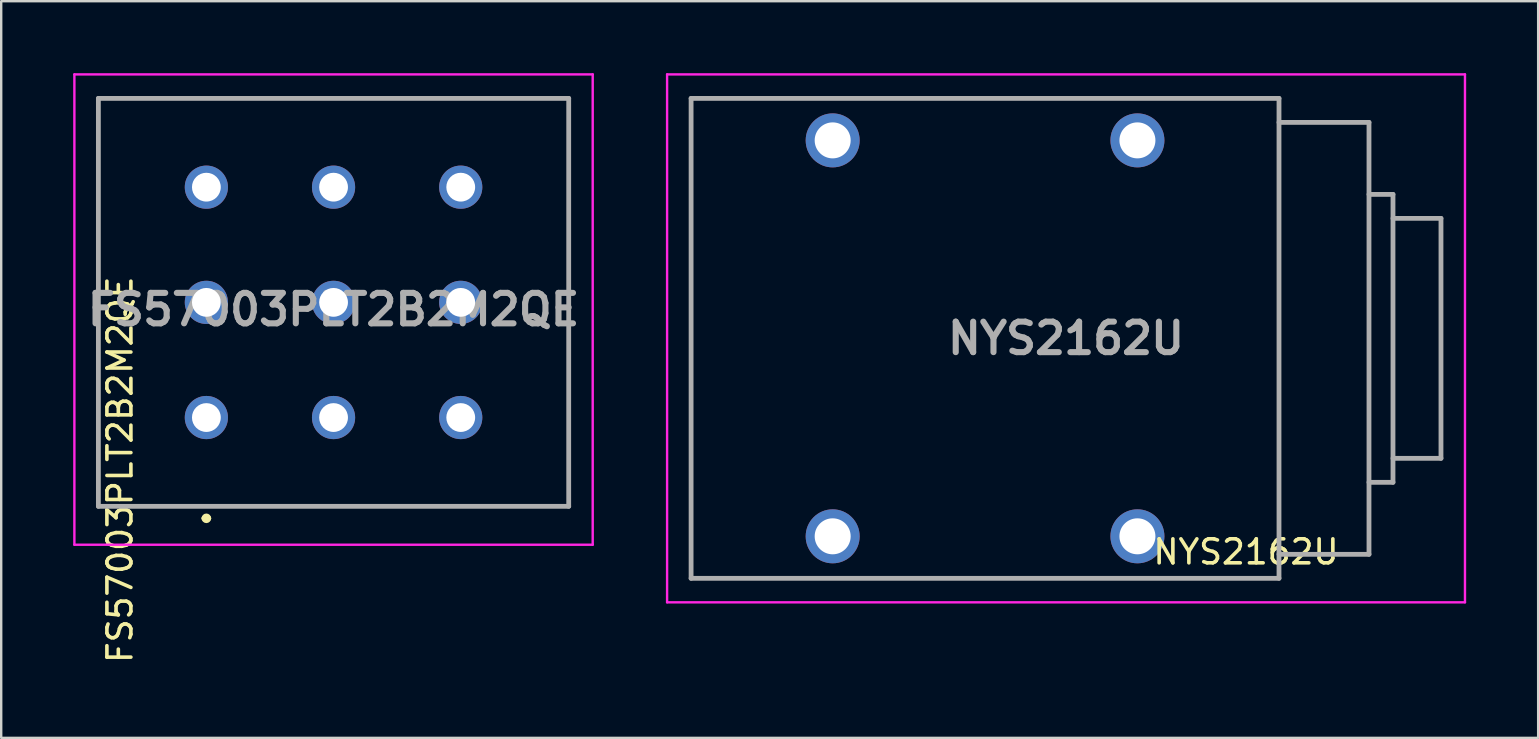
<source format=kicad_pcb>
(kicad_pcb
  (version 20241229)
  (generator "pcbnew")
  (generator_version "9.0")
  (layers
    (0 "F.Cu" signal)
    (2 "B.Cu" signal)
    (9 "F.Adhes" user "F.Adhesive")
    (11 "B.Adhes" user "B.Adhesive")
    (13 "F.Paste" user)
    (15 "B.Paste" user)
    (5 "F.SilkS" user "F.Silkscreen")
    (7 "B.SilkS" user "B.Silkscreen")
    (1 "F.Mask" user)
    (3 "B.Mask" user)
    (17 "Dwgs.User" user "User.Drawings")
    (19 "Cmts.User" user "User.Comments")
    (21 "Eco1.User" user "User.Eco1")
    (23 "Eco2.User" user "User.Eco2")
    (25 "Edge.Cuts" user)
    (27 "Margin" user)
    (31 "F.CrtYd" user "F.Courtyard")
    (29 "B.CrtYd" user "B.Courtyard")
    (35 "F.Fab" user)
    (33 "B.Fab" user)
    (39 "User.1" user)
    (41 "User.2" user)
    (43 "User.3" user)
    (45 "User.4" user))
  (footprint "NYS2162U"
    (layer "F.Cu")
    (at 31.65 19.3)
    (property "Reference" "NYS2162U" (at 17.225 0.65 0) (layer "F.SilkS") (effects (font (size 1 1) (thickness 0.15))))
    (attr through_hole)
    (fp_line (start -5.9 -18.25) (end 18.6 -18.25) (stroke (width 0.1) (type solid)) (layer "F.SilkS"))
    (fp_line (start -5.9 1.75) (end -5.9 -18.25) (stroke (width 0.1) (type solid)) (layer "F.SilkS"))
    (fp_line (start 18.6 -18.25) (end 18.6 1.75) (stroke (width 0.1) (type solid)) (layer "F.SilkS"))
    (fp_line (start 18.6 -17.25) (end 22.35 -17.25) (stroke (width 0.1) (type solid)) (layer "F.SilkS"))
    (fp_line (start 18.6 1.75) (end -5.9 1.75) (stroke (width 0.1) (type solid)) (layer "F.SilkS"))
    (fp_line (start 22.35 -17.25) (end 22.35 0.75) (stroke (width 0.1) (type solid)) (layer "F.SilkS"))
    (fp_line (start 22.35 -14.25) (end 23.35 -14.25) (stroke (width 0.1) (type solid)) (layer "F.SilkS"))
    (fp_line (start 22.35 0.75) (end 18.6 0.75) (stroke (width 0.1) (type solid)) (layer "F.SilkS"))
    (fp_line (start 23.35 -14.25) (end 23.35 -2.25) (stroke (width 0.1) (type solid)) (layer "F.SilkS"))
    (fp_line (start 23.35 -13.25) (end 25.35 -13.25) (stroke (width 0.1) (type solid)) (layer "F.SilkS"))
    (fp_line (start 23.35 -2.25) (end 22.35 -2.25) (stroke (width 0.1) (type solid)) (layer "F.SilkS"))
    (fp_line (start 25.35 -13.25) (end 25.35 -3.25) (stroke (width 0.1) (type solid)) (layer "F.SilkS"))
    (fp_line (start 25.35 -3.25) (end 23.35 -3.25) (stroke (width 0.1) (type solid)) (layer "F.SilkS"))
    (fp_line (start -6.9 -19.25) (end 26.35 -19.25) (stroke (width 0.1) (type solid)) (layer "F.CrtYd"))
    (fp_line (start -6.9 2.75) (end -6.9 -19.25) (stroke (width 0.1) (type solid)) (layer "F.CrtYd"))
    (fp_line (start 26.35 -19.25) (end 26.35 2.75) (stroke (width 0.1) (type solid)) (layer "F.CrtYd"))
    (fp_line (start 26.35 2.75) (end -6.9 2.75) (stroke (width 0.1) (type solid)) (layer "F.CrtYd"))
    (fp_line (start -5.9 -18.25) (end 18.6 -18.25) (stroke (width 0.2) (type solid)) (layer "F.Fab"))
    (fp_line (start -5.9 1.75) (end -5.9 -18.25) (stroke (width 0.2) (type solid)) (layer "F.Fab"))
    (fp_line (start 18.6 -18.25) (end 18.6 1.75) (stroke (width 0.2) (type solid)) (layer "F.Fab"))
    (fp_line (start 18.6 -17.25) (end 22.35 -17.25) (stroke (width 0.2) (type solid)) (layer "F.Fab"))
    (fp_line (start 18.6 1.75) (end -5.9 1.75) (stroke (width 0.2) (type solid)) (layer "F.Fab"))
    (fp_line (start 22.35 -17.25) (end 22.35 0.75) (stroke (width 0.2) (type solid)) (layer "F.Fab"))
    (fp_line (start 22.35 -14.25) (end 23.35 -14.25) (stroke (width 0.2) (type solid)) (layer "F.Fab"))
    (fp_line (start 22.35 0.75) (end 18.6 0.75) (stroke (width 0.2) (type solid)) (layer "F.Fab"))
    (fp_line (start 23.35 -14.25) (end 23.35 -2.25) (stroke (width 0.2) (type solid)) (layer "F.Fab"))
    (fp_line (start 23.35 -13.25) (end 25.35 -13.25) (stroke (width 0.2) (type solid)) (layer "F.Fab"))
    (fp_line (start 23.35 -2.25) (end 22.35 -2.25) (stroke (width 0.2) (type solid)) (layer "F.Fab"))
    (fp_line (start 25.35 -13.25) (end 25.35 -3.25) (stroke (width 0.2) (type solid)) (layer "F.Fab"))
    (fp_line (start 25.35 -3.25) (end 23.35 -3.25) (stroke (width 0.2) (type solid)) (layer "F.Fab"))
    (fp_text user "${REFERENCE}" (at 9.725 -8.25 0) (layer "F.Fab") (effects (font (size 1.27 1.27) (thickness 0.254))))
    (pad "1" thru_hole circle (at 0 -16.5) (size 2.25 2.25) (drill 1.5) (layers "*.Cu" "*.Mask"))
    (pad "2" thru_hole circle (at 12.7 -16.5) (size 2.25 2.25) (drill 1.5) (layers "*.Cu" "*.Mask"))
    (pad "3" thru_hole circle (at 0 0) (size 2.25 2.25) (drill 1.5) (layers "*.Cu" "*.Mask"))
    (pad "4" thru_hole circle (at 12.7 0) (size 2.25 2.25) (drill 1.5) (layers "*.Cu" "*.Mask")))
  (footprint "FS57003PLT2B2M2QE"
    (layer "F.Cu")
    (at 10.85 9.85)
    (property "Reference" "FS57003PLT2B2M2QE" (at -8.9 6.675 90) (layer "F.SilkS") (effects (font (size 1 1) (thickness 0.15))))
    (attr through_hole)
    (fp_line (start -9.8 -8.8) (end 9.8 -8.8) (stroke (width 0.1) (type solid)) (layer "F.SilkS"))
    (fp_line (start -9.8 8.2) (end -9.8 -8.8) (stroke (width 0.1) (type solid)) (layer "F.SilkS"))
    (fp_line (start -5.4 8.7) (end -5.4 8.7) (stroke (width 0.2) (type solid)) (layer "F.SilkS"))
    (fp_line (start -5.2 8.7) (end -5.2 8.7) (stroke (width 0.2) (type solid)) (layer "F.SilkS"))
    (fp_line (start 9.8 -8.8) (end 9.8 8.2) (stroke (width 0.1) (type solid)) (layer "F.SilkS"))
    (fp_line (start 9.8 8.2) (end -9.8 8.2) (stroke (width 0.1) (type solid)) (layer "F.SilkS"))
    (fp_arc (start -5.4 8.7) (mid -5.3 8.6) (end -5.2 8.7) (stroke (width 0.2) (type solid)) (layer "F.SilkS"))
    (fp_arc (start -5.2 8.7) (mid -5.3 8.8) (end -5.4 8.7) (stroke (width 0.2) (type solid)) (layer "F.SilkS"))
    (fp_line (start -10.8 -9.8) (end 10.8 -9.8) (stroke (width 0.1) (type solid)) (layer "F.CrtYd"))
    (fp_line (start -10.8 9.8) (end -10.8 -9.8) (stroke (width 0.1) (type solid)) (layer "F.CrtYd"))
    (fp_line (start 10.8 -9.8) (end 10.8 9.8) (stroke (width 0.1) (type solid)) (layer "F.CrtYd"))
    (fp_line (start 10.8 9.8) (end -10.8 9.8) (stroke (width 0.1) (type solid)) (layer "F.CrtYd"))
    (fp_line (start -9.8 -8.8) (end 9.8 -8.8) (stroke (width 0.2) (type solid)) (layer "F.Fab"))
    (fp_line (start -9.8 8.2) (end -9.8 -8.8) (stroke (width 0.2) (type solid)) (layer "F.Fab"))
    (fp_line (start 9.8 -8.8) (end 9.8 8.2) (stroke (width 0.2) (type solid)) (layer "F.Fab"))
    (fp_line (start 9.8 8.2) (end -9.8 8.2) (stroke (width 0.2) (type solid)) (layer "F.Fab"))
    (fp_text user "${REFERENCE}" (at 0 0 0) (layer "F.Fab") (effects (font (size 1.27 1.27) (thickness 0.254))))
    (pad "1" thru_hole circle (at -5.3 4.5) (size 1.8 1.8) (drill 1.2) (layers "*.Cu" "*.Mask"))
    (pad "2" thru_hole circle (at -5.3 -0.3) (size 1.8 1.8) (drill 1.2) (layers "*.Cu" "*.Mask"))
    (pad "3" thru_hole circle (at -5.3 -5.1) (size 1.8 1.8) (drill 1.2) (layers "*.Cu" "*.Mask"))
    (pad "4" thru_hole circle (at 0 4.5) (size 1.8 1.8) (drill 1.2) (layers "*.Cu" "*.Mask"))
    (pad "5" thru_hole circle (at 0 -0.3) (size 1.8 1.8) (drill 1.2) (layers "*.Cu" "*.Mask"))
    (pad "6" thru_hole circle (at 0 -5.1) (size 1.8 1.8) (drill 1.2) (layers "*.Cu" "*.Mask"))
    (pad "7" thru_hole circle (at 5.3 4.5) (size 1.8 1.8) (drill 1.2) (layers "*.Cu" "*.Mask"))
    (pad "8" thru_hole circle (at 5.3 -0.3) (size 1.8 1.8) (drill 1.2) (layers "*.Cu" "*.Mask"))
    (pad "9" thru_hole circle (at 5.3 -5.1) (size 1.8 1.8) (drill 1.2) (layers "*.Cu" "*.Mask")))
  (gr_rect
    (start -3 -3)
    (end 61.05 27.698)
    (stroke (width 0.1) (type default))
    (fill no)
    (layer "Edge.Cuts")))
</source>
